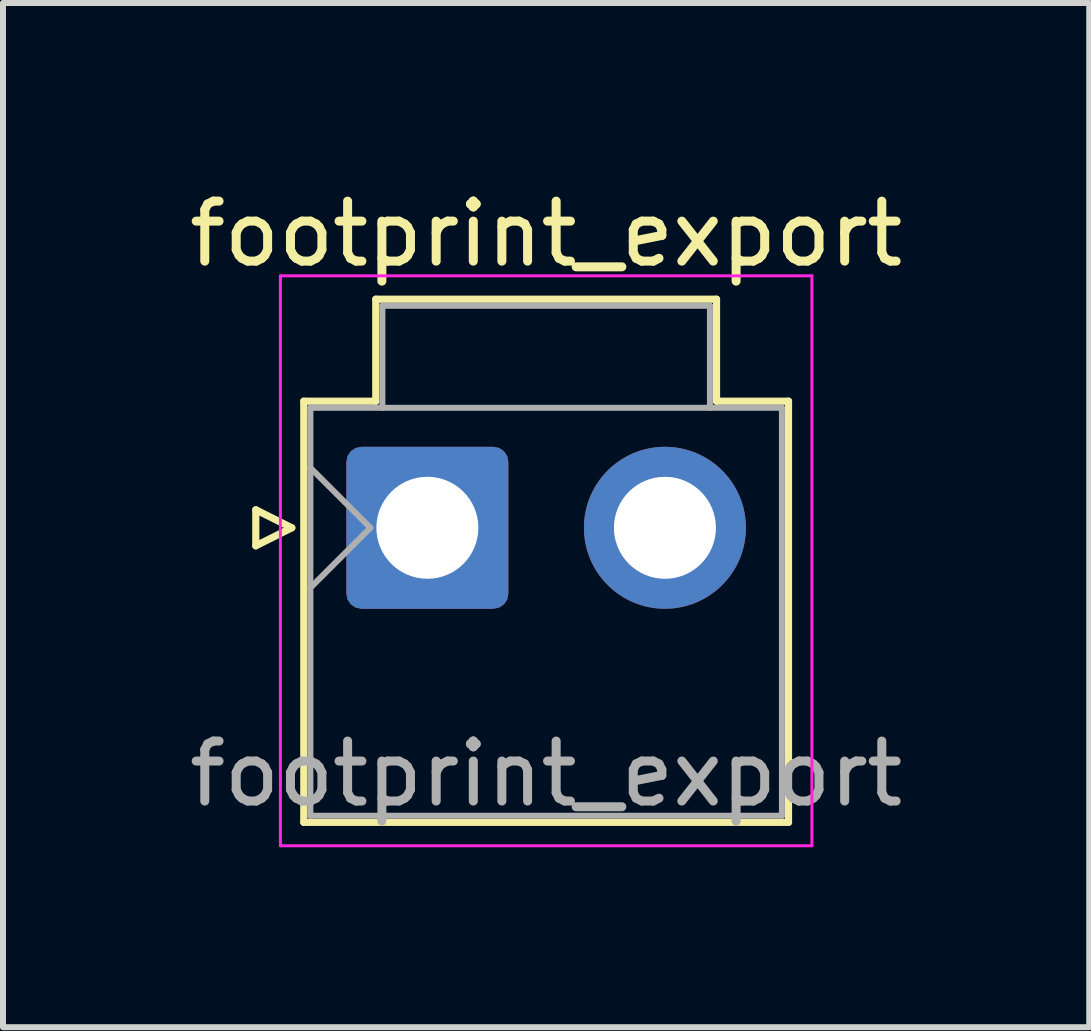
<source format=kicad_pcb>
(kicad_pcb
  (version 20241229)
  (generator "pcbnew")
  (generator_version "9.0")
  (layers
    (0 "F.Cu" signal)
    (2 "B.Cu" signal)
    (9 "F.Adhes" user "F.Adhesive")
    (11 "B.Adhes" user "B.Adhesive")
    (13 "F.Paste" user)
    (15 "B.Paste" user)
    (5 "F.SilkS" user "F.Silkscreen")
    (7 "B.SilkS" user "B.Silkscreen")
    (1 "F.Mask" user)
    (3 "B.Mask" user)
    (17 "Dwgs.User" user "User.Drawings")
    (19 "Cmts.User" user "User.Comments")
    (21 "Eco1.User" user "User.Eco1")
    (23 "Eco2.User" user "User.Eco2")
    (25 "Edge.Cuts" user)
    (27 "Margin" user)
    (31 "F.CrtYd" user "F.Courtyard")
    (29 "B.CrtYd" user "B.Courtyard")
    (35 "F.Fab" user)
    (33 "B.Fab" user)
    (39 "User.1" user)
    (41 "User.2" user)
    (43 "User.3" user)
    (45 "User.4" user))
  (footprint "footprint_export"
    (layer "F.Cu")
    (at 4.074 5.748)
    (property "Reference" "footprint_export" (at 1.98 -4.9 0) (layer "F.SilkS") (effects (font (size 1 1) (thickness 0.15))))
    (attr through_hole)
    (fp_line (start -2.86 -0.3) (end -2.26 0) (stroke (width 0.12) (type solid)) (layer "F.SilkS"))
    (fp_line (start -2.86 0.3) (end -2.86 -0.3) (stroke (width 0.12) (type solid)) (layer "F.SilkS"))
    (fp_line (start -2.26 0) (end -2.86 0.3) (stroke (width 0.12) (type solid)) (layer "F.SilkS"))
    (fp_line (start -2.06 -2.11) (end -0.86 -2.11) (stroke (width 0.12) (type solid)) (layer "F.SilkS"))
    (fp_line (start -2.06 4.91) (end -2.06 -2.11) (stroke (width 0.12) (type solid)) (layer "F.SilkS"))
    (fp_line (start -0.86 -3.81) (end 4.82 -3.81) (stroke (width 0.12) (type solid)) (layer "F.SilkS"))
    (fp_line (start -0.86 -2.11) (end -0.86 -3.81) (stroke (width 0.12) (type solid)) (layer "F.SilkS"))
    (fp_line (start 4.82 -3.81) (end 4.82 -2.11) (stroke (width 0.12) (type solid)) (layer "F.SilkS"))
    (fp_line (start 4.82 -2.11) (end 6.02 -2.11) (stroke (width 0.12) (type solid)) (layer "F.SilkS"))
    (fp_line (start 6.02 -2.11) (end 6.02 4.91) (stroke (width 0.12) (type solid)) (layer "F.SilkS"))
    (fp_line (start 6.02 4.91) (end -2.06 4.91) (stroke (width 0.12) (type solid)) (layer "F.SilkS"))
    (fp_line (start -2.45 -4.2) (end -2.45 5.3) (stroke (width 0.05) (type solid)) (layer "F.CrtYd"))
    (fp_line (start -2.45 5.3) (end 6.41 5.3) (stroke (width 0.05) (type solid)) (layer "F.CrtYd"))
    (fp_line (start 6.41 -4.2) (end -2.45 -4.2) (stroke (width 0.05) (type solid)) (layer "F.CrtYd"))
    (fp_line (start 6.41 5.3) (end 6.41 -4.2) (stroke (width 0.05) (type solid)) (layer "F.CrtYd"))
    (fp_line (start -1.95 -2) (end -1.95 4.8) (stroke (width 0.1) (type solid)) (layer "F.Fab"))
    (fp_line (start -1.95 -1) (end -0.95 0) (stroke (width 0.1) (type solid)) (layer "F.Fab"))
    (fp_line (start -1.95 1) (end -0.95 0) (stroke (width 0.1) (type solid)) (layer "F.Fab"))
    (fp_line (start -1.95 4.8) (end 5.91 4.8) (stroke (width 0.1) (type solid)) (layer "F.Fab"))
    (fp_line (start -0.75 -3.7) (end 4.71 -3.7) (stroke (width 0.1) (type solid)) (layer "F.Fab"))
    (fp_line (start -0.75 -2) (end -0.75 -3.7) (stroke (width 0.1) (type solid)) (layer "F.Fab"))
    (fp_line (start 4.71 -3.7) (end 4.71 -2) (stroke (width 0.1) (type solid)) (layer "F.Fab"))
    (fp_line (start 5.91 -2) (end -1.95 -2) (stroke (width 0.1) (type solid)) (layer "F.Fab"))
    (fp_line (start 5.91 4.8) (end 5.91 -2) (stroke (width 0.1) (type solid)) (layer "F.Fab"))
    (fp_text user "${REFERENCE}" (at 1.98 4.1 0) (layer "F.Fab") (effects (font (size 1 1) (thickness 0.15))))
    (pad "1" thru_hole roundrect (at 0 0) (size 2.7 2.7) (drill 1.7) (layers "*.Cu" "*.Mask") (roundrect_rratio 0.093))
    (pad "2" thru_hole circle (at 3.96 0) (size 2.7 2.7) (drill 1.7) (layers "*.Cu" "*.Mask")))
  (gr_rect
    (start -3 -3)
    (end 15.107 14.073)
    (stroke (width 0.1) (type default))
    (fill no)
    (layer "Edge.Cuts")))
</source>
